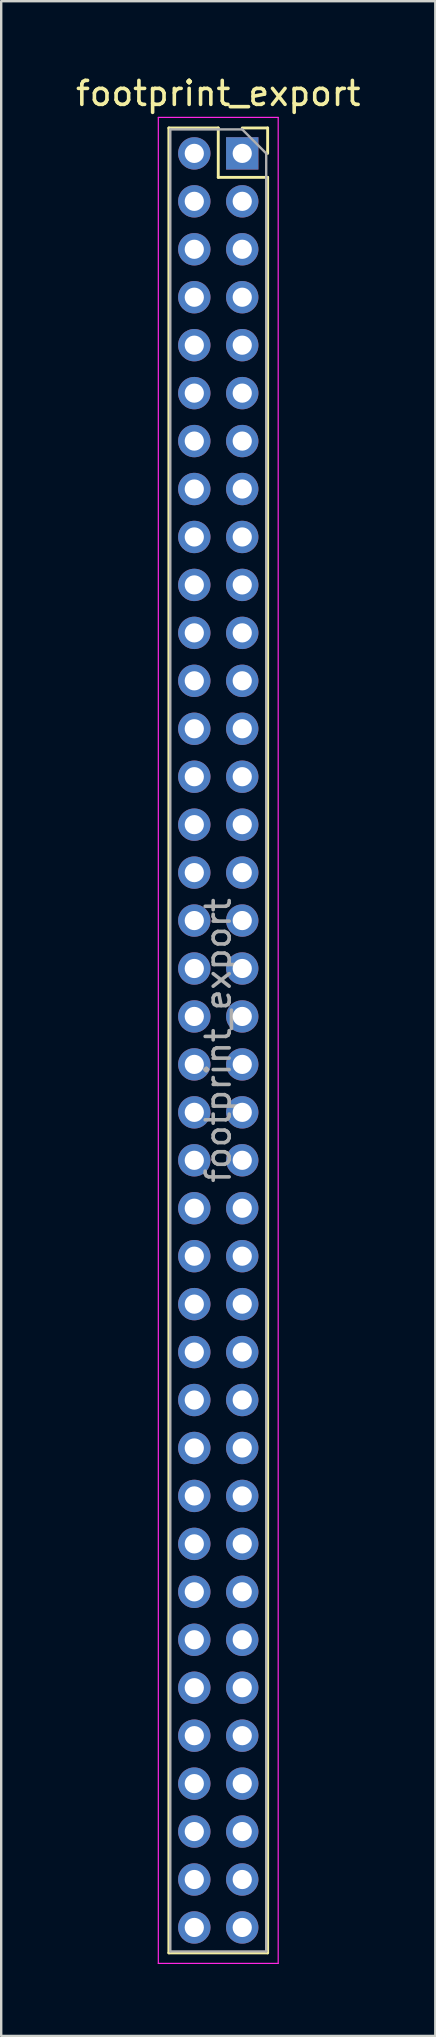
<source format=kicad_pcb>
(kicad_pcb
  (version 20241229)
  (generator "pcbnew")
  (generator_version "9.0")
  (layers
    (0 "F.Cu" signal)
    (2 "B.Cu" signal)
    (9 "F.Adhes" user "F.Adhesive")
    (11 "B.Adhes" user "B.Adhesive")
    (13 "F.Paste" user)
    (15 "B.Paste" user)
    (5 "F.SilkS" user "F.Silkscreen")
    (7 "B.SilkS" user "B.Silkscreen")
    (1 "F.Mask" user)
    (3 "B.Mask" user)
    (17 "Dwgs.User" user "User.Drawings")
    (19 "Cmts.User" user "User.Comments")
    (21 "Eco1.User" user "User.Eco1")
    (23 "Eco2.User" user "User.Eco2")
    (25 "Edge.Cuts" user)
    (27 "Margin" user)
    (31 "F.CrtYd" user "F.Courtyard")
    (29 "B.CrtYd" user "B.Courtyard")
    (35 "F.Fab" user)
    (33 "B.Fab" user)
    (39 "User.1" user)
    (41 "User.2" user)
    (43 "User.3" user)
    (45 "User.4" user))
  (footprint "footprint_export"
    (layer "F.Cu")
    (at 7.054 3.348)
    (property "Reference" "footprint_export" (at -1 -2.5 0) (layer "F.SilkS") (effects (font (size 1 1) (thickness 0.15))))
    (attr through_hole)
    (fp_line (start -3.06 -1.06) (end -3.06 75.06) (stroke (width 0.12) (type solid)) (layer "F.SilkS"))
    (fp_line (start -3.06 -1.06) (end -1 -1.06) (stroke (width 0.12) (type solid)) (layer "F.SilkS"))
    (fp_line (start -3.06 75.06) (end 1.06 75.06) (stroke (width 0.12) (type solid)) (layer "F.SilkS"))
    (fp_line (start -1 -1.06) (end -1 1) (stroke (width 0.12) (type solid)) (layer "F.SilkS"))
    (fp_line (start -1 1) (end 1.06 1) (stroke (width 0.12) (type solid)) (layer "F.SilkS"))
    (fp_line (start 0 -1.06) (end 1.06 -1.06) (stroke (width 0.12) (type solid)) (layer "F.SilkS"))
    (fp_line (start 1.06 -1.06) (end 1.06 0) (stroke (width 0.12) (type solid)) (layer "F.SilkS"))
    (fp_line (start 1.06 1) (end 1.06 75.06) (stroke (width 0.12) (type solid)) (layer "F.SilkS"))
    (fp_line (start -3.5 -1.5) (end 1.5 -1.5) (stroke (width 0.05) (type solid)) (layer "F.CrtYd"))
    (fp_line (start -3.5 75.5) (end -3.5 -1.5) (stroke (width 0.05) (type solid)) (layer "F.CrtYd"))
    (fp_line (start 1.5 -1.5) (end 1.5 75.5) (stroke (width 0.05) (type solid)) (layer "F.CrtYd"))
    (fp_line (start 1.5 75.5) (end -3.5 75.5) (stroke (width 0.05) (type solid)) (layer "F.CrtYd"))
    (fp_line (start -3 -1) (end 0 -1) (stroke (width 0.1) (type solid)) (layer "F.Fab"))
    (fp_line (start -3 75) (end -3 -1) (stroke (width 0.1) (type solid)) (layer "F.Fab"))
    (fp_line (start 0 -1) (end 1 0) (stroke (width 0.1) (type solid)) (layer "F.Fab"))
    (fp_line (start 1 0) (end 1 75) (stroke (width 0.1) (type solid)) (layer "F.Fab"))
    (fp_line (start 1 75) (end -3 75) (stroke (width 0.1) (type solid)) (layer "F.Fab"))
    (fp_text user "${REFERENCE}" (at -1 37 90) (layer "F.Fab") (effects (font (size 1 1) (thickness 0.15))))
    (pad "1" thru_hole rect (at 0 0) (size 1.35 1.35) (drill 0.8) (layers "*.Cu" "*.Mask"))
    (pad "2" thru_hole oval (at -2 0) (size 1.35 1.35) (drill 0.8) (layers "*.Cu" "*.Mask"))
    (pad "3" thru_hole oval (at 0 2) (size 1.35 1.35) (drill 0.8) (layers "*.Cu" "*.Mask"))
    (pad "4" thru_hole oval (at -2 2) (size 1.35 1.35) (drill 0.8) (layers "*.Cu" "*.Mask"))
    (pad "5" thru_hole oval (at 0 4) (size 1.35 1.35) (drill 0.8) (layers "*.Cu" "*.Mask"))
    (pad "6" thru_hole oval (at -2 4) (size 1.35 1.35) (drill 0.8) (layers "*.Cu" "*.Mask"))
    (pad "7" thru_hole oval (at 0 6) (size 1.35 1.35) (drill 0.8) (layers "*.Cu" "*.Mask"))
    (pad "8" thru_hole oval (at -2 6) (size 1.35 1.35) (drill 0.8) (layers "*.Cu" "*.Mask"))
    (pad "9" thru_hole oval (at 0 8) (size 1.35 1.35) (drill 0.8) (layers "*.Cu" "*.Mask"))
    (pad "10" thru_hole oval (at -2 8) (size 1.35 1.35) (drill 0.8) (layers "*.Cu" "*.Mask"))
    (pad "11" thru_hole oval (at 0 10) (size 1.35 1.35) (drill 0.8) (layers "*.Cu" "*.Mask"))
    (pad "12" thru_hole oval (at -2 10) (size 1.35 1.35) (drill 0.8) (layers "*.Cu" "*.Mask"))
    (pad "13" thru_hole oval (at 0 12) (size 1.35 1.35) (drill 0.8) (layers "*.Cu" "*.Mask"))
    (pad "14" thru_hole oval (at -2 12) (size 1.35 1.35) (drill 0.8) (layers "*.Cu" "*.Mask"))
    (pad "15" thru_hole oval (at 0 14) (size 1.35 1.35) (drill 0.8) (layers "*.Cu" "*.Mask"))
    (pad "16" thru_hole oval (at -2 14) (size 1.35 1.35) (drill 0.8) (layers "*.Cu" "*.Mask"))
    (pad "17" thru_hole oval (at 0 16) (size 1.35 1.35) (drill 0.8) (layers "*.Cu" "*.Mask"))
    (pad "18" thru_hole oval (at -2 16) (size 1.35 1.35) (drill 0.8) (layers "*.Cu" "*.Mask"))
    (pad "19" thru_hole oval (at 0 18) (size 1.35 1.35) (drill 0.8) (layers "*.Cu" "*.Mask"))
    (pad "20" thru_hole oval (at -2 18) (size 1.35 1.35) (drill 0.8) (layers "*.Cu" "*.Mask"))
    (pad "21" thru_hole oval (at 0 20) (size 1.35 1.35) (drill 0.8) (layers "*.Cu" "*.Mask"))
    (pad "22" thru_hole oval (at -2 20) (size 1.35 1.35) (drill 0.8) (layers "*.Cu" "*.Mask"))
    (pad "23" thru_hole oval (at 0 22) (size 1.35 1.35) (drill 0.8) (layers "*.Cu" "*.Mask"))
    (pad "24" thru_hole oval (at -2 22) (size 1.35 1.35) (drill 0.8) (layers "*.Cu" "*.Mask"))
    (pad "25" thru_hole oval (at 0 24) (size 1.35 1.35) (drill 0.8) (layers "*.Cu" "*.Mask"))
    (pad "26" thru_hole oval (at -2 24) (size 1.35 1.35) (drill 0.8) (layers "*.Cu" "*.Mask"))
    (pad "27" thru_hole oval (at 0 26) (size 1.35 1.35) (drill 0.8) (layers "*.Cu" "*.Mask"))
    (pad "28" thru_hole oval (at -2 26) (size 1.35 1.35) (drill 0.8) (layers "*.Cu" "*.Mask"))
    (pad "29" thru_hole oval (at 0 28) (size 1.35 1.35) (drill 0.8) (layers "*.Cu" "*.Mask"))
    (pad "30" thru_hole oval (at -2 28) (size 1.35 1.35) (drill 0.8) (layers "*.Cu" "*.Mask"))
    (pad "31" thru_hole oval (at 0 30) (size 1.35 1.35) (drill 0.8) (layers "*.Cu" "*.Mask"))
    (pad "32" thru_hole oval (at -2 30) (size 1.35 1.35) (drill 0.8) (layers "*.Cu" "*.Mask"))
    (pad "33" thru_hole oval (at 0 32) (size 1.35 1.35) (drill 0.8) (layers "*.Cu" "*.Mask"))
    (pad "34" thru_hole oval (at -2 32) (size 1.35 1.35) (drill 0.8) (layers "*.Cu" "*.Mask"))
    (pad "35" thru_hole oval (at 0 34) (size 1.35 1.35) (drill 0.8) (layers "*.Cu" "*.Mask"))
    (pad "36" thru_hole oval (at -2 34) (size 1.35 1.35) (drill 0.8) (layers "*.Cu" "*.Mask"))
    (pad "37" thru_hole oval (at 0 36) (size 1.35 1.35) (drill 0.8) (layers "*.Cu" "*.Mask"))
    (pad "38" thru_hole oval (at -2 36) (size 1.35 1.35) (drill 0.8) (layers "*.Cu" "*.Mask"))
    (pad "39" thru_hole oval (at 0 38) (size 1.35 1.35) (drill 0.8) (layers "*.Cu" "*.Mask"))
    (pad "40" thru_hole oval (at -2 38) (size 1.35 1.35) (drill 0.8) (layers "*.Cu" "*.Mask"))
    (pad "41" thru_hole oval (at 0 40) (size 1.35 1.35) (drill 0.8) (layers "*.Cu" "*.Mask"))
    (pad "42" thru_hole oval (at -2 40) (size 1.35 1.35) (drill 0.8) (layers "*.Cu" "*.Mask"))
    (pad "43" thru_hole oval (at 0 42) (size 1.35 1.35) (drill 0.8) (layers "*.Cu" "*.Mask"))
    (pad "44" thru_hole oval (at -2 42) (size 1.35 1.35) (drill 0.8) (layers "*.Cu" "*.Mask"))
    (pad "45" thru_hole oval (at 0 44) (size 1.35 1.35) (drill 0.8) (layers "*.Cu" "*.Mask"))
    (pad "46" thru_hole oval (at -2 44) (size 1.35 1.35) (drill 0.8) (layers "*.Cu" "*.Mask"))
    (pad "47" thru_hole oval (at 0 46) (size 1.35 1.35) (drill 0.8) (layers "*.Cu" "*.Mask"))
    (pad "48" thru_hole oval (at -2 46) (size 1.35 1.35) (drill 0.8) (layers "*.Cu" "*.Mask"))
    (pad "49" thru_hole oval (at 0 48) (size 1.35 1.35) (drill 0.8) (layers "*.Cu" "*.Mask"))
    (pad "50" thru_hole oval (at -2 48) (size 1.35 1.35) (drill 0.8) (layers "*.Cu" "*.Mask"))
    (pad "51" thru_hole oval (at 0 50) (size 1.35 1.35) (drill 0.8) (layers "*.Cu" "*.Mask"))
    (pad "52" thru_hole oval (at -2 50) (size 1.35 1.35) (drill 0.8) (layers "*.Cu" "*.Mask"))
    (pad "53" thru_hole oval (at 0 52) (size 1.35 1.35) (drill 0.8) (layers "*.Cu" "*.Mask"))
    (pad "54" thru_hole oval (at -2 52) (size 1.35 1.35) (drill 0.8) (layers "*.Cu" "*.Mask"))
    (pad "55" thru_hole oval (at 0 54) (size 1.35 1.35) (drill 0.8) (layers "*.Cu" "*.Mask"))
    (pad "56" thru_hole oval (at -2 54) (size 1.35 1.35) (drill 0.8) (layers "*.Cu" "*.Mask"))
    (pad "57" thru_hole oval (at 0 56) (size 1.35 1.35) (drill 0.8) (layers "*.Cu" "*.Mask"))
    (pad "58" thru_hole oval (at -2 56) (size 1.35 1.35) (drill 0.8) (layers "*.Cu" "*.Mask"))
    (pad "59" thru_hole oval (at 0 58) (size 1.35 1.35) (drill 0.8) (layers "*.Cu" "*.Mask"))
    (pad "60" thru_hole oval (at -2 58) (size 1.35 1.35) (drill 0.8) (layers "*.Cu" "*.Mask"))
    (pad "61" thru_hole oval (at 0 60) (size 1.35 1.35) (drill 0.8) (layers "*.Cu" "*.Mask"))
    (pad "62" thru_hole oval (at -2 60) (size 1.35 1.35) (drill 0.8) (layers "*.Cu" "*.Mask"))
    (pad "63" thru_hole oval (at 0 62) (size 1.35 1.35) (drill 0.8) (layers "*.Cu" "*.Mask"))
    (pad "64" thru_hole oval (at -2 62) (size 1.35 1.35) (drill 0.8) (layers "*.Cu" "*.Mask"))
    (pad "65" thru_hole oval (at 0 64) (size 1.35 1.35) (drill 0.8) (layers "*.Cu" "*.Mask"))
    (pad "66" thru_hole oval (at -2 64) (size 1.35 1.35) (drill 0.8) (layers "*.Cu" "*.Mask"))
    (pad "67" thru_hole oval (at 0 66) (size 1.35 1.35) (drill 0.8) (layers "*.Cu" "*.Mask"))
    (pad "68" thru_hole oval (at -2 66) (size 1.35 1.35) (drill 0.8) (layers "*.Cu" "*.Mask"))
    (pad "69" thru_hole oval (at 0 68) (size 1.35 1.35) (drill 0.8) (layers "*.Cu" "*.Mask"))
    (pad "70" thru_hole oval (at -2 68) (size 1.35 1.35) (drill 0.8) (layers "*.Cu" "*.Mask"))
    (pad "71" thru_hole oval (at 0 70) (size 1.35 1.35) (drill 0.8) (layers "*.Cu" "*.Mask"))
    (pad "72" thru_hole oval (at -2 70) (size 1.35 1.35) (drill 0.8) (layers "*.Cu" "*.Mask"))
    (pad "73" thru_hole oval (at 0 72) (size 1.35 1.35) (drill 0.8) (layers "*.Cu" "*.Mask"))
    (pad "74" thru_hole oval (at -2 72) (size 1.35 1.35) (drill 0.8) (layers "*.Cu" "*.Mask"))
    (pad "75" thru_hole oval (at 0 74) (size 1.35 1.35) (drill 0.8) (layers "*.Cu" "*.Mask"))
    (pad "76" thru_hole oval (at -2 74) (size 1.35 1.35) (drill 0.8) (layers "*.Cu" "*.Mask")))
  (gr_rect
    (start -3 -3)
    (end 15.107 81.873)
    (stroke (width 0.1) (type default))
    (fill no)
    (layer "Edge.Cuts")))
</source>
